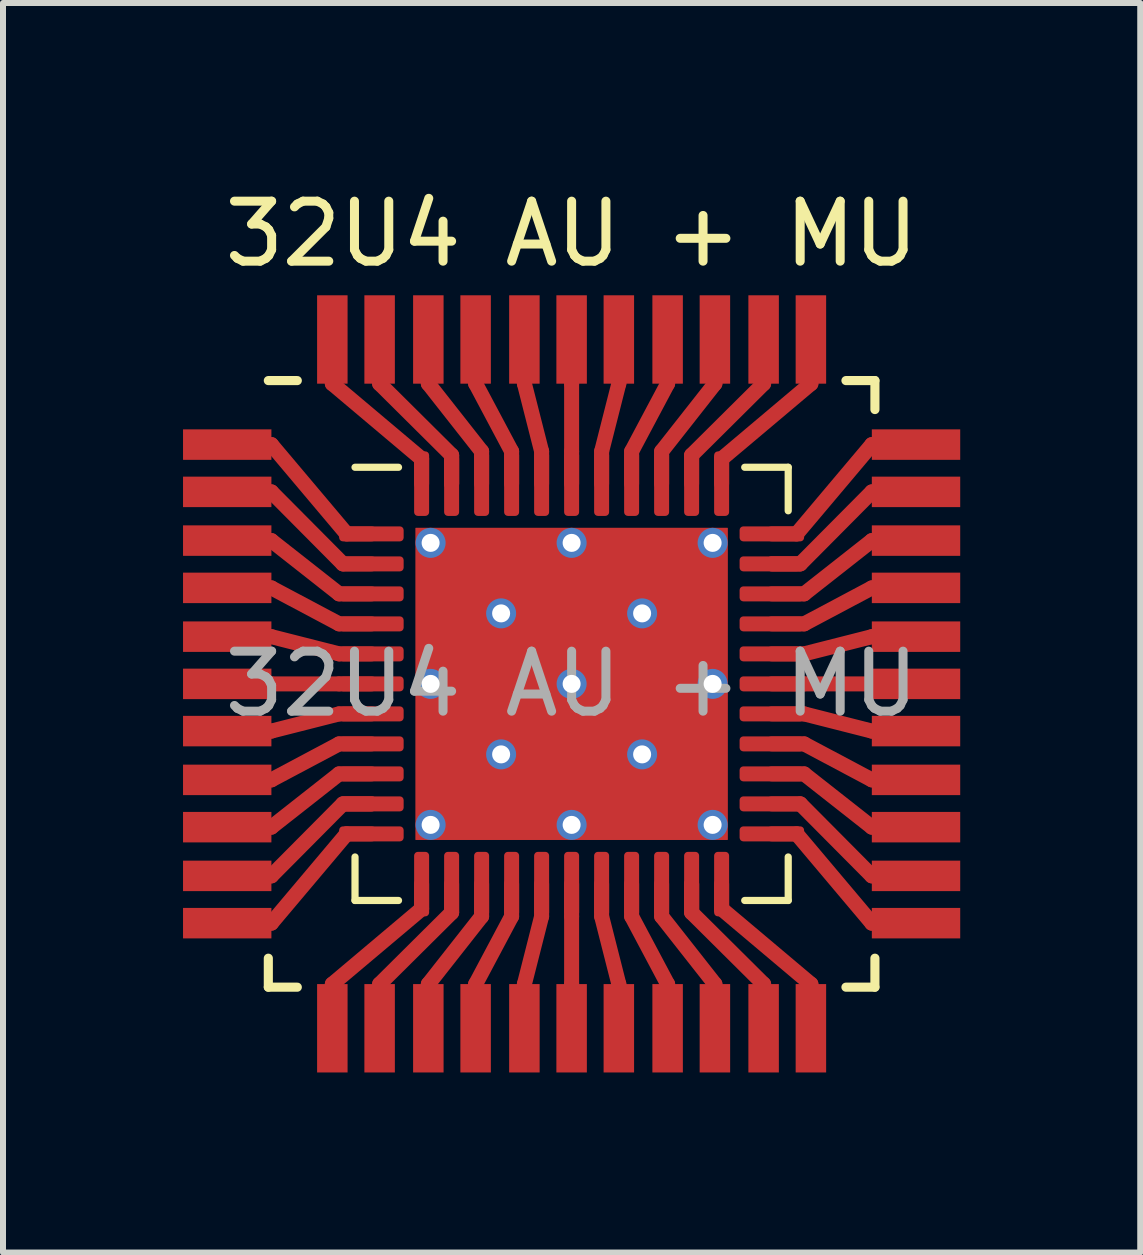
<source format=kicad_pcb>
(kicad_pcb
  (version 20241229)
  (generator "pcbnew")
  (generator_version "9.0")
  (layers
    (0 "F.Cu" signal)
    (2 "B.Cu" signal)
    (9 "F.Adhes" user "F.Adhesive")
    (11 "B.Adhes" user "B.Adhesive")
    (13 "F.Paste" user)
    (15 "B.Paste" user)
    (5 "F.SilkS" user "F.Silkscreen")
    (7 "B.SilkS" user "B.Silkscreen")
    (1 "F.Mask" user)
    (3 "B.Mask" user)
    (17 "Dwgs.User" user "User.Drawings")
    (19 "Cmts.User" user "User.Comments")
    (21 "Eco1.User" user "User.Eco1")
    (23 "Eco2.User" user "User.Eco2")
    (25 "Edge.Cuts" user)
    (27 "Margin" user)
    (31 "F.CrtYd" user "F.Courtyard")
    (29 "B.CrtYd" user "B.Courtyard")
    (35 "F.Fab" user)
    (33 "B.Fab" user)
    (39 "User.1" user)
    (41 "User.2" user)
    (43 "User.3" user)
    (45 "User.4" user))
  (footprint "32U4 AU + MU"
    (layer "F.Cu")
    (at 6.477 8.348)
    (property "Reference" "32U4 AU + MU" (at 0 -7.5 180) (layer "F.SilkS") (effects (font (size 1 1) (thickness 0.15))))
    (attr smd)
    (fp_line (start -5.004 -3.988) (end -5.74 -3.988) (stroke (width 0.25) (type solid)) (layer "F.Cu"))
    (fp_line (start -5.004 -3.2) (end -5.74 -3.2) (stroke (width 0.25) (type solid)) (layer "F.Cu"))
    (fp_line (start -5.004 -2.388) (end -5.74 -2.388) (stroke (width 0.25) (type solid)) (layer "F.Cu"))
    (fp_line (start -5.004 -1.6) (end -5.74 -1.6) (stroke (width 0.25) (type solid)) (layer "F.Cu"))
    (fp_line (start -5.004 -0.787) (end -5.74 -0.787) (stroke (width 0.25) (type solid)) (layer "F.Cu"))
    (fp_line (start -5.004 0) (end -5.74 0) (stroke (width 0.25) (type solid)) (layer "F.Cu"))
    (fp_line (start -5.004 0.787) (end -5.74 0.787) (stroke (width 0.25) (type solid)) (layer "F.Cu"))
    (fp_line (start -5.004 1.6) (end -5.74 1.6) (stroke (width 0.25) (type solid)) (layer "F.Cu"))
    (fp_line (start -5.004 2.388) (end -5.74 2.388) (stroke (width 0.25) (type solid)) (layer "F.Cu"))
    (fp_line (start -5.004 3.2) (end -5.74 3.2) (stroke (width 0.25) (type solid)) (layer "F.Cu"))
    (fp_line (start -5.004 3.988) (end -5.74 3.988) (stroke (width 0.25) (type solid)) (layer "F.Cu"))
    (fp_line (start -3.988 -5.004) (end -3.988 -5.74) (stroke (width 0.25) (type solid)) (layer "F.Cu"))
    (fp_line (start -3.988 5.004) (end -3.988 5.74) (stroke (width 0.25) (type solid)) (layer "F.Cu"))
    (fp_line (start -3.875 -1.5) (end -5.004 -2.388) (stroke (width 0.25) (type solid)) (layer "F.Cu"))
    (fp_line (start -3.875 -1) (end -5.004 -1.6) (stroke (width 0.25) (type solid)) (layer "F.Cu"))
    (fp_line (start -3.875 -0.5) (end -5.004 -0.787) (stroke (width 0.25) (type solid)) (layer "F.Cu"))
    (fp_line (start -3.875 0) (end -5.004 0) (stroke (width 0.25) (type solid)) (layer "F.Cu"))
    (fp_line (start -3.875 0.5) (end -5.004 0.787) (stroke (width 0.25) (type solid)) (layer "F.Cu"))
    (fp_line (start -3.875 1) (end -5.004 1.6) (stroke (width 0.25) (type solid)) (layer "F.Cu"))
    (fp_line (start -3.875 1.5) (end -5.004 2.388) (stroke (width 0.25) (type solid)) (layer "F.Cu"))
    (fp_line (start -3.812 -2) (end -5.004 -3.2) (stroke (width 0.25) (type solid)) (layer "F.Cu"))
    (fp_line (start -3.812 2) (end -5.004 3.2) (stroke (width 0.25) (type solid)) (layer "F.Cu"))
    (fp_line (start -3.75 -2.5) (end -5.004 -3.988) (stroke (width 0.25) (type solid)) (layer "F.Cu"))
    (fp_line (start -3.75 2.5) (end -5.004 3.988) (stroke (width 0.25) (type solid)) (layer "F.Cu"))
    (fp_line (start -3.337 -2.5) (end -3.75 -2.5) (stroke (width 0.25) (type solid)) (layer "F.Cu"))
    (fp_line (start -3.337 -2) (end -3.812 -2) (stroke (width 0.25) (type solid)) (layer "F.Cu"))
    (fp_line (start -3.337 -1.5) (end -3.875 -1.5) (stroke (width 0.25) (type solid)) (layer "F.Cu"))
    (fp_line (start -3.337 -1) (end -3.875 -1) (stroke (width 0.25) (type solid)) (layer "F.Cu"))
    (fp_line (start -3.337 -0.5) (end -3.875 -0.5) (stroke (width 0.25) (type solid)) (layer "F.Cu"))
    (fp_line (start -3.337 0) (end -3.875 0) (stroke (width 0.25) (type solid)) (layer "F.Cu"))
    (fp_line (start -3.337 0.5) (end -3.875 0.5) (stroke (width 0.25) (type solid)) (layer "F.Cu"))
    (fp_line (start -3.337 1) (end -3.875 1) (stroke (width 0.25) (type solid)) (layer "F.Cu"))
    (fp_line (start -3.337 1.5) (end -3.875 1.5) (stroke (width 0.25) (type solid)) (layer "F.Cu"))
    (fp_line (start -3.337 2) (end -3.812 2) (stroke (width 0.25) (type solid)) (layer "F.Cu"))
    (fp_line (start -3.337 2) (end -3.75 2) (stroke (width 0.25) (type solid)) (layer "F.Cu"))
    (fp_line (start -3.337 2.5) (end -3.75 2.5) (stroke (width 0.25) (type solid)) (layer "F.Cu"))
    (fp_line (start -3.2 -5.004) (end -3.2 -5.74) (stroke (width 0.25) (type solid)) (layer "F.Cu"))
    (fp_line (start -3.2 5.004) (end -3.2 5.74) (stroke (width 0.25) (type solid)) (layer "F.Cu"))
    (fp_line (start -2.5 -3.75) (end -3.988 -5.004) (stroke (width 0.25) (type solid)) (layer "F.Cu"))
    (fp_line (start -2.5 -3.337) (end -2.5 -3.75) (stroke (width 0.25) (type solid)) (layer "F.Cu"))
    (fp_line (start -2.5 3.337) (end -2.5 3.75) (stroke (width 0.25) (type solid)) (layer "F.Cu"))
    (fp_line (start -2.5 3.75) (end -3.988 5.004) (stroke (width 0.25) (type solid)) (layer "F.Cu"))
    (fp_line (start -2.388 -5.004) (end -2.388 -5.74) (stroke (width 0.25) (type solid)) (layer "F.Cu"))
    (fp_line (start -2.388 5.004) (end -2.388 5.74) (stroke (width 0.25) (type solid)) (layer "F.Cu"))
    (fp_line (start -2 -3.812) (end -3.2 -5.004) (stroke (width 0.25) (type solid)) (layer "F.Cu"))
    (fp_line (start -2 -3.337) (end -2 -3.812) (stroke (width 0.25) (type solid)) (layer "F.Cu"))
    (fp_line (start -2 -3.337) (end -2 -3.75) (stroke (width 0.25) (type solid)) (layer "F.Cu"))
    (fp_line (start -2 3.337) (end -2 3.812) (stroke (width 0.25) (type solid)) (layer "F.Cu"))
    (fp_line (start -2 3.812) (end -3.2 5.004) (stroke (width 0.25) (type solid)) (layer "F.Cu"))
    (fp_line (start -1.6 -5.004) (end -1.6 -5.74) (stroke (width 0.25) (type solid)) (layer "F.Cu"))
    (fp_line (start -1.6 5.004) (end -1.6 5.74) (stroke (width 0.25) (type solid)) (layer "F.Cu"))
    (fp_line (start -1.5 -3.875) (end -2.388 -5.004) (stroke (width 0.25) (type solid)) (layer "F.Cu"))
    (fp_line (start -1.5 -3.337) (end -1.5 -3.875) (stroke (width 0.25) (type solid)) (layer "F.Cu"))
    (fp_line (start -1.5 3.337) (end -1.5 3.875) (stroke (width 0.25) (type solid)) (layer "F.Cu"))
    (fp_line (start -1.5 3.875) (end -2.388 5.004) (stroke (width 0.25) (type solid)) (layer "F.Cu"))
    (fp_line (start -1 -3.875) (end -1.6 -5.004) (stroke (width 0.25) (type solid)) (layer "F.Cu"))
    (fp_line (start -1 -3.337) (end -1 -3.875) (stroke (width 0.25) (type solid)) (layer "F.Cu"))
    (fp_line (start -1 3.337) (end -1 3.875) (stroke (width 0.25) (type solid)) (layer "F.Cu"))
    (fp_line (start -1 3.875) (end -1.6 5.004) (stroke (width 0.25) (type solid)) (layer "F.Cu"))
    (fp_line (start -0.787 -5.004) (end -0.787 -5.74) (stroke (width 0.25) (type solid)) (layer "F.Cu"))
    (fp_line (start -0.787 5.004) (end -0.787 5.74) (stroke (width 0.25) (type solid)) (layer "F.Cu"))
    (fp_line (start -0.5 -3.875) (end -0.787 -5.004) (stroke (width 0.25) (type solid)) (layer "F.Cu"))
    (fp_line (start -0.5 -3.337) (end -0.5 -3.875) (stroke (width 0.25) (type solid)) (layer "F.Cu"))
    (fp_line (start -0.5 3.337) (end -0.5 3.875) (stroke (width 0.25) (type solid)) (layer "F.Cu"))
    (fp_line (start -0.5 3.875) (end -0.787 5.004) (stroke (width 0.25) (type solid)) (layer "F.Cu"))
    (fp_line (start 0 -5.004) (end 0 -5.74) (stroke (width 0.25) (type solid)) (layer "F.Cu"))
    (fp_line (start 0 -3.875) (end 0 -5.004) (stroke (width 0.25) (type solid)) (layer "F.Cu"))
    (fp_line (start 0 -3.337) (end 0 -3.875) (stroke (width 0.25) (type solid)) (layer "F.Cu"))
    (fp_line (start 0 3.337) (end 0 3.875) (stroke (width 0.25) (type solid)) (layer "F.Cu"))
    (fp_line (start 0 3.875) (end 0 5.004) (stroke (width 0.25) (type solid)) (layer "F.Cu"))
    (fp_line (start 0 5.004) (end 0 5.74) (stroke (width 0.25) (type solid)) (layer "F.Cu"))
    (fp_line (start 0.5 -3.875) (end 0.787 -5.004) (stroke (width 0.25) (type solid)) (layer "F.Cu"))
    (fp_line (start 0.5 -3.337) (end 0.5 -3.875) (stroke (width 0.25) (type solid)) (layer "F.Cu"))
    (fp_line (start 0.5 3.337) (end 0.5 3.875) (stroke (width 0.25) (type solid)) (layer "F.Cu"))
    (fp_line (start 0.5 3.875) (end 0.787 5.004) (stroke (width 0.25) (type solid)) (layer "F.Cu"))
    (fp_line (start 0.787 -5.004) (end 0.787 -5.74) (stroke (width 0.25) (type solid)) (layer "F.Cu"))
    (fp_line (start 0.787 5.004) (end 0.787 5.74) (stroke (width 0.25) (type solid)) (layer "F.Cu"))
    (fp_line (start 1 -3.875) (end 1.6 -5.004) (stroke (width 0.25) (type solid)) (layer "F.Cu"))
    (fp_line (start 1 -3.337) (end 1 -3.875) (stroke (width 0.25) (type solid)) (layer "F.Cu"))
    (fp_line (start 1 3.337) (end 1 3.875) (stroke (width 0.25) (type solid)) (layer "F.Cu"))
    (fp_line (start 1 3.875) (end 1.6 5.004) (stroke (width 0.25) (type solid)) (layer "F.Cu"))
    (fp_line (start 1.5 -3.875) (end 2.388 -5.004) (stroke (width 0.25) (type solid)) (layer "F.Cu"))
    (fp_line (start 1.5 -3.337) (end 1.5 -3.875) (stroke (width 0.25) (type solid)) (layer "F.Cu"))
    (fp_line (start 1.5 3.337) (end 1.5 3.875) (stroke (width 0.25) (type solid)) (layer "F.Cu"))
    (fp_line (start 1.5 3.875) (end 2.388 5.004) (stroke (width 0.25) (type solid)) (layer "F.Cu"))
    (fp_line (start 1.6 -5.004) (end 1.6 -5.74) (stroke (width 0.25) (type solid)) (layer "F.Cu"))
    (fp_line (start 1.6 5.004) (end 1.6 5.74) (stroke (width 0.25) (type solid)) (layer "F.Cu"))
    (fp_line (start 2 -3.812) (end 3.2 -5.004) (stroke (width 0.25) (type solid)) (layer "F.Cu"))
    (fp_line (start 2 -3.337) (end 2 -3.812) (stroke (width 0.25) (type solid)) (layer "F.Cu"))
    (fp_line (start 2 3.337) (end 2 3.75) (stroke (width 0.25) (type solid)) (layer "F.Cu"))
    (fp_line (start 2 3.337) (end 2 3.812) (stroke (width 0.25) (type solid)) (layer "F.Cu"))
    (fp_line (start 2 3.812) (end 3.2 5.004) (stroke (width 0.25) (type solid)) (layer "F.Cu"))
    (fp_line (start 2.388 -5.004) (end 2.388 -5.74) (stroke (width 0.25) (type solid)) (layer "F.Cu"))
    (fp_line (start 2.388 5.004) (end 2.388 5.74) (stroke (width 0.25) (type solid)) (layer "F.Cu"))
    (fp_line (start 2.5 -3.75) (end 3.988 -5.004) (stroke (width 0.25) (type solid)) (layer "F.Cu"))
    (fp_line (start 2.5 -3.337) (end 2.5 -3.75) (stroke (width 0.25) (type solid)) (layer "F.Cu"))
    (fp_line (start 2.5 3.337) (end 2.5 3.75) (stroke (width 0.25) (type solid)) (layer "F.Cu"))
    (fp_line (start 2.5 3.75) (end 3.988 5.004) (stroke (width 0.25) (type solid)) (layer "F.Cu"))
    (fp_line (start 3.2 -5.004) (end 3.2 -5.74) (stroke (width 0.25) (type solid)) (layer "F.Cu"))
    (fp_line (start 3.2 5.004) (end 3.2 5.74) (stroke (width 0.25) (type solid)) (layer "F.Cu"))
    (fp_line (start 3.337 -2.5) (end 3.75 -2.5) (stroke (width 0.25) (type solid)) (layer "F.Cu"))
    (fp_line (start 3.337 -2) (end 3.75 -2) (stroke (width 0.25) (type solid)) (layer "F.Cu"))
    (fp_line (start 3.337 -2) (end 3.812 -2) (stroke (width 0.25) (type solid)) (layer "F.Cu"))
    (fp_line (start 3.337 -1.5) (end 3.875 -1.5) (stroke (width 0.25) (type solid)) (layer "F.Cu"))
    (fp_line (start 3.337 -1) (end 3.875 -1) (stroke (width 0.25) (type solid)) (layer "F.Cu"))
    (fp_line (start 3.337 -0.5) (end 3.875 -0.5) (stroke (width 0.25) (type solid)) (layer "F.Cu"))
    (fp_line (start 3.337 0) (end 3.875 0) (stroke (width 0.25) (type solid)) (layer "F.Cu"))
    (fp_line (start 3.337 0.5) (end 3.875 0.5) (stroke (width 0.25) (type solid)) (layer "F.Cu"))
    (fp_line (start 3.337 1) (end 3.875 1) (stroke (width 0.25) (type solid)) (layer "F.Cu"))
    (fp_line (start 3.337 1.5) (end 3.875 1.5) (stroke (width 0.25) (type solid)) (layer "F.Cu"))
    (fp_line (start 3.337 2) (end 3.812 2) (stroke (width 0.25) (type solid)) (layer "F.Cu"))
    (fp_line (start 3.337 2.5) (end 3.75 2.5) (stroke (width 0.25) (type solid)) (layer "F.Cu"))
    (fp_line (start 3.75 -2.5) (end 5.004 -3.988) (stroke (width 0.25) (type solid)) (layer "F.Cu"))
    (fp_line (start 3.75 2.5) (end 5.004 3.988) (stroke (width 0.25) (type solid)) (layer "F.Cu"))
    (fp_line (start 3.812 -2) (end 5.004 -3.2) (stroke (width 0.25) (type solid)) (layer "F.Cu"))
    (fp_line (start 3.812 2) (end 5.004 3.2) (stroke (width 0.25) (type solid)) (layer "F.Cu"))
    (fp_line (start 3.875 -1.5) (end 5.004 -2.388) (stroke (width 0.25) (type solid)) (layer "F.Cu"))
    (fp_line (start 3.875 -1) (end 5.004 -1.6) (stroke (width 0.25) (type solid)) (layer "F.Cu"))
    (fp_line (start 3.875 -0.5) (end 5.004 -0.787) (stroke (width 0.25) (type solid)) (layer "F.Cu"))
    (fp_line (start 3.875 0) (end 5.004 0) (stroke (width 0.25) (type solid)) (layer "F.Cu"))
    (fp_line (start 3.875 0.5) (end 5.004 0.787) (stroke (width 0.25) (type solid)) (layer "F.Cu"))
    (fp_line (start 3.875 1) (end 5.004 1.6) (stroke (width 0.25) (type solid)) (layer "F.Cu"))
    (fp_line (start 3.875 1.5) (end 5.004 2.388) (stroke (width 0.25) (type solid)) (layer "F.Cu"))
    (fp_line (start 3.988 -5.004) (end 3.988 -5.74) (stroke (width 0.25) (type solid)) (layer "F.Cu"))
    (fp_line (start 3.988 5.004) (end 3.988 5.74) (stroke (width 0.25) (type solid)) (layer "F.Cu"))
    (fp_line (start 5.004 -3.988) (end 5.74 -3.988) (stroke (width 0.25) (type solid)) (layer "F.Cu"))
    (fp_line (start 5.004 -3.2) (end 5.74 -3.2) (stroke (width 0.25) (type solid)) (layer "F.Cu"))
    (fp_line (start 5.004 -2.388) (end 5.74 -2.388) (stroke (width 0.25) (type solid)) (layer "F.Cu"))
    (fp_line (start 5.004 -1.6) (end 5.74 -1.6) (stroke (width 0.25) (type solid)) (layer "F.Cu"))
    (fp_line (start 5.004 -0.787) (end 5.74 -0.787) (stroke (width 0.25) (type solid)) (layer "F.Cu"))
    (fp_line (start 5.004 0) (end 5.74 0) (stroke (width 0.25) (type solid)) (layer "F.Cu"))
    (fp_line (start 5.004 0.787) (end 5.74 0.787) (stroke (width 0.25) (type solid)) (layer "F.Cu"))
    (fp_line (start 5.004 1.6) (end 5.74 1.6) (stroke (width 0.25) (type solid)) (layer "F.Cu"))
    (fp_line (start 5.004 2.388) (end 5.74 2.388) (stroke (width 0.25) (type solid)) (layer "F.Cu"))
    (fp_line (start 5.004 3.2) (end 5.74 3.2) (stroke (width 0.25) (type solid)) (layer "F.Cu"))
    (fp_line (start 5.004 3.988) (end 5.74 3.988) (stroke (width 0.25) (type solid)) (layer "F.Cu"))
    (fp_line (start -5.055 4.572) (end -5.055 5.055) (stroke (width 0.152) (type solid)) (layer "F.SilkS"))
    (fp_line (start -5.055 5.055) (end -4.572 5.055) (stroke (width 0.152) (type solid)) (layer "F.SilkS"))
    (fp_line (start -4.572 -5.055) (end -5.055 -5.055) (stroke (width 0.152) (type solid)) (layer "F.SilkS"))
    (fp_line (start -3.61 3.61) (end -3.61 2.885) (stroke (width 0.12) (type solid)) (layer "F.SilkS"))
    (fp_line (start -2.885 -3.61) (end -3.61 -3.61) (stroke (width 0.12) (type solid)) (layer "F.SilkS"))
    (fp_line (start -2.885 3.61) (end -3.61 3.61) (stroke (width 0.12) (type solid)) (layer "F.SilkS"))
    (fp_line (start 2.885 -3.61) (end 3.61 -3.61) (stroke (width 0.12) (type solid)) (layer "F.SilkS"))
    (fp_line (start 2.885 3.61) (end 3.61 3.61) (stroke (width 0.12) (type solid)) (layer "F.SilkS"))
    (fp_line (start 3.61 -3.61) (end 3.61 -2.885) (stroke (width 0.12) (type solid)) (layer "F.SilkS"))
    (fp_line (start 3.61 3.61) (end 3.61 2.885) (stroke (width 0.12) (type solid)) (layer "F.SilkS"))
    (fp_line (start 4.572 5.055) (end 5.055 5.055) (stroke (width 0.152) (type solid)) (layer "F.SilkS"))
    (fp_line (start 5.055 -5.055) (end 4.572 -5.055) (stroke (width 0.152) (type solid)) (layer "F.SilkS"))
    (fp_line (start 5.055 -4.572) (end 5.055 -5.055) (stroke (width 0.152) (type solid)) (layer "F.SilkS"))
    (fp_line (start 5.055 5.055) (end 5.055 4.572) (stroke (width 0.152) (type solid)) (layer "F.SilkS"))
    (fp_text user "${REFERENCE}" (at 0 0 180) (layer "F.Fab") (effects (font (size 1 1) (thickness 0.15))))
    (pad "" smd roundrect (at -1.762 -1.762) (size 1.007 1.007) (layers "F.Paste") (roundrect_rratio 0.248))
    (pad "" smd roundrect (at -1.762 -0.588) (size 1.007 1.007) (layers "F.Paste") (roundrect_rratio 0.248))
    (pad "" smd roundrect (at -1.762 0.588) (size 1.007 1.007) (layers "F.Paste") (roundrect_rratio 0.248))
    (pad "" smd roundrect (at -1.762 1.762) (size 1.007 1.007) (layers "F.Paste") (roundrect_rratio 0.248))
    (pad "" smd roundrect (at -0.588 -1.762) (size 1.007 1.007) (layers "F.Paste") (roundrect_rratio 0.248))
    (pad "" smd roundrect (at -0.588 -0.588) (size 1.007 1.007) (layers "F.Paste") (roundrect_rratio 0.248))
    (pad "" smd roundrect (at -0.588 0.588) (size 1.007 1.007) (layers "F.Paste") (roundrect_rratio 0.248))
    (pad "" smd roundrect (at -0.588 1.762) (size 1.007 1.007) (layers "F.Paste") (roundrect_rratio 0.248))
    (pad "" smd roundrect (at 0.588 -1.762) (size 1.007 1.007) (layers "F.Paste") (roundrect_rratio 0.248))
    (pad "" smd roundrect (at 0.588 -0.588) (size 1.007 1.007) (layers "F.Paste") (roundrect_rratio 0.248))
    (pad "" smd roundrect (at 0.588 0.588) (size 1.007 1.007) (layers "F.Paste") (roundrect_rratio 0.248))
    (pad "" smd roundrect (at 0.588 1.762) (size 1.007 1.007) (layers "F.Paste") (roundrect_rratio 0.248))
    (pad "" smd roundrect (at 1.762 -1.762) (size 1.007 1.007) (layers "F.Paste") (roundrect_rratio 0.248))
    (pad "" smd roundrect (at 1.762 -0.588) (size 1.007 1.007) (layers "F.Paste") (roundrect_rratio 0.248))
    (pad "" smd roundrect (at 1.762 0.588) (size 1.007 1.007) (layers "F.Paste") (roundrect_rratio 0.248))
    (pad "" smd roundrect (at 1.762 1.762) (size 1.007 1.007) (layers "F.Paste") (roundrect_rratio 0.248))
    (pad "1" smd rect (at -5.74 -3.988 270) (size 0.508 1.473) (layers "F.Cu" "F.Mask" "F.Paste"))
    (pad "1" smd roundrect (at -3.337 -2.5) (size 1.075 0.25) (layers "F.Cu" "F.Mask" "F.Paste") (roundrect_rratio 0.25))
    (pad "2" smd rect (at -5.74 -3.2 270) (size 0.508 1.473) (layers "F.Cu" "F.Mask" "F.Paste"))
    (pad "2" smd roundrect (at -3.337 -2) (size 1.075 0.25) (layers "F.Cu" "F.Mask" "F.Paste") (roundrect_rratio 0.25))
    (pad "3" smd rect (at -5.74 -2.388 270) (size 0.508 1.473) (layers "F.Cu" "F.Mask" "F.Paste"))
    (pad "3" smd roundrect (at -3.337 -1.5) (size 1.075 0.25) (layers "F.Cu" "F.Mask" "F.Paste") (roundrect_rratio 0.25))
    (pad "4" smd rect (at -5.74 -1.6 270) (size 0.508 1.473) (layers "F.Cu" "F.Mask" "F.Paste"))
    (pad "4" smd roundrect (at -3.337 -1) (size 1.075 0.25) (layers "F.Cu" "F.Mask" "F.Paste") (roundrect_rratio 0.25))
    (pad "5" smd rect (at -5.74 -0.787 270) (size 0.508 1.473) (layers "F.Cu" "F.Mask" "F.Paste"))
    (pad "5" smd roundrect (at -3.337 -0.5) (size 1.075 0.25) (layers "F.Cu" "F.Mask" "F.Paste") (roundrect_rratio 0.25))
    (pad "6" smd rect (at -5.74 0 270) (size 0.508 1.473) (layers "F.Cu" "F.Mask" "F.Paste"))
    (pad "6" smd roundrect (at -3.337 0) (size 1.075 0.25) (layers "F.Cu" "F.Mask" "F.Paste") (roundrect_rratio 0.25))
    (pad "7" smd rect (at -5.74 0.787 270) (size 0.508 1.473) (layers "F.Cu" "F.Mask" "F.Paste"))
    (pad "7" smd roundrect (at -3.337 0.5) (size 1.075 0.25) (layers "F.Cu" "F.Mask" "F.Paste") (roundrect_rratio 0.25))
    (pad "8" smd rect (at -5.74 1.6 270) (size 0.508 1.473) (layers "F.Cu" "F.Mask" "F.Paste"))
    (pad "8" smd roundrect (at -3.337 1) (size 1.075 0.25) (layers "F.Cu" "F.Mask" "F.Paste") (roundrect_rratio 0.25))
    (pad "9" smd rect (at -5.74 2.388 270) (size 0.508 1.473) (layers "F.Cu" "F.Mask" "F.Paste"))
    (pad "9" smd roundrect (at -3.337 1.5) (size 1.075 0.25) (layers "F.Cu" "F.Mask" "F.Paste") (roundrect_rratio 0.25))
    (pad "10" smd rect (at -5.74 3.2 270) (size 0.508 1.473) (layers "F.Cu" "F.Mask" "F.Paste"))
    (pad "10" smd roundrect (at -3.337 2) (size 1.075 0.25) (layers "F.Cu" "F.Mask" "F.Paste") (roundrect_rratio 0.25))
    (pad "11" smd rect (at -5.74 3.988 270) (size 0.508 1.473) (layers "F.Cu" "F.Mask" "F.Paste"))
    (pad "11" smd roundrect (at -3.337 2.5) (size 1.075 0.25) (layers "F.Cu" "F.Mask" "F.Paste") (roundrect_rratio 0.25))
    (pad "12" smd rect (at -3.988 5.74 180) (size 0.508 1.473) (layers "F.Cu" "F.Mask" "F.Paste"))
    (pad "12" smd roundrect (at -2.5 3.337) (size 0.25 1.075) (layers "F.Cu" "F.Mask" "F.Paste") (roundrect_rratio 0.25))
    (pad "13" smd rect (at -3.2 5.74 180) (size 0.508 1.473) (layers "F.Cu" "F.Mask" "F.Paste"))
    (pad "13" smd roundrect (at -2 3.337) (size 0.25 1.075) (layers "F.Cu" "F.Mask" "F.Paste") (roundrect_rratio 0.25))
    (pad "14" smd rect (at -2.388 5.74 180) (size 0.508 1.473) (layers "F.Cu" "F.Mask" "F.Paste"))
    (pad "14" smd roundrect (at -1.5 3.337) (size 0.25 1.075) (layers "F.Cu" "F.Mask" "F.Paste") (roundrect_rratio 0.25))
    (pad "15" smd rect (at -1.6 5.74 180) (size 0.508 1.473) (layers "F.Cu" "F.Mask" "F.Paste"))
    (pad "15" smd roundrect (at -1 3.337) (size 0.25 1.075) (layers "F.Cu" "F.Mask" "F.Paste") (roundrect_rratio 0.25))
    (pad "16" smd rect (at -0.787 5.74 180) (size 0.508 1.473) (layers "F.Cu" "F.Mask" "F.Paste"))
    (pad "16" smd roundrect (at -0.5 3.337) (size 0.25 1.075) (layers "F.Cu" "F.Mask" "F.Paste") (roundrect_rratio 0.25))
    (pad "17" smd roundrect (at 0 3.337) (size 0.25 1.075) (layers "F.Cu" "F.Mask" "F.Paste") (roundrect_rratio 0.25))
    (pad "17" smd rect (at 0 5.74 180) (size 0.508 1.473) (layers "F.Cu" "F.Mask" "F.Paste"))
    (pad "18" smd roundrect (at 0.5 3.337) (size 0.25 1.075) (layers "F.Cu" "F.Mask" "F.Paste") (roundrect_rratio 0.25))
    (pad "18" smd rect (at 0.787 5.74 180) (size 0.508 1.473) (layers "F.Cu" "F.Mask" "F.Paste"))
    (pad "19" smd roundrect (at 1 3.337) (size 0.25 1.075) (layers "F.Cu" "F.Mask" "F.Paste") (roundrect_rratio 0.25))
    (pad "19" smd rect (at 1.6 5.74 180) (size 0.508 1.473) (layers "F.Cu" "F.Mask" "F.Paste"))
    (pad "20" smd roundrect (at 1.5 3.337) (size 0.25 1.075) (layers "F.Cu" "F.Mask" "F.Paste") (roundrect_rratio 0.25))
    (pad "20" smd rect (at 2.388 5.74 180) (size 0.508 1.473) (layers "F.Cu" "F.Mask" "F.Paste"))
    (pad "21" smd roundrect (at 2 3.337) (size 0.25 1.075) (layers "F.Cu" "F.Mask" "F.Paste") (roundrect_rratio 0.25))
    (pad "21" smd rect (at 3.2 5.74 180) (size 0.508 1.473) (layers "F.Cu" "F.Mask" "F.Paste"))
    (pad "22" smd roundrect (at 2.5 3.337) (size 0.25 1.075) (layers "F.Cu" "F.Mask" "F.Paste") (roundrect_rratio 0.25))
    (pad "22" smd rect (at 3.988 5.74 180) (size 0.508 1.473) (layers "F.Cu" "F.Mask" "F.Paste"))
    (pad "23" smd roundrect (at 3.337 2.5) (size 1.075 0.25) (layers "F.Cu" "F.Mask" "F.Paste") (roundrect_rratio 0.25))
    (pad "23" smd rect (at 5.74 3.988 270) (size 0.508 1.473) (layers "F.Cu" "F.Mask" "F.Paste"))
    (pad "24" smd roundrect (at 3.337 2) (size 1.075 0.25) (layers "F.Cu" "F.Mask" "F.Paste") (roundrect_rratio 0.25))
    (pad "24" smd rect (at 5.74 3.2 270) (size 0.508 1.473) (layers "F.Cu" "F.Mask" "F.Paste"))
    (pad "25" smd roundrect (at 3.337 1.5) (size 1.075 0.25) (layers "F.Cu" "F.Mask" "F.Paste") (roundrect_rratio 0.25))
    (pad "25" smd rect (at 5.74 2.388 270) (size 0.508 1.473) (layers "F.Cu" "F.Mask" "F.Paste"))
    (pad "26" smd roundrect (at 3.337 1) (size 1.075 0.25) (layers "F.Cu" "F.Mask" "F.Paste") (roundrect_rratio 0.25))
    (pad "26" smd rect (at 5.74 1.6 270) (size 0.508 1.473) (layers "F.Cu" "F.Mask" "F.Paste"))
    (pad "27" smd roundrect (at 3.337 0.5) (size 1.075 0.25) (layers "F.Cu" "F.Mask" "F.Paste") (roundrect_rratio 0.25))
    (pad "27" smd rect (at 5.74 0.787 270) (size 0.508 1.473) (layers "F.Cu" "F.Mask" "F.Paste"))
    (pad "28" smd roundrect (at 3.337 0) (size 1.075 0.25) (layers "F.Cu" "F.Mask" "F.Paste") (roundrect_rratio 0.25))
    (pad "28" smd rect (at 5.74 0 270) (size 0.508 1.473) (layers "F.Cu" "F.Mask" "F.Paste"))
    (pad "29" smd roundrect (at 3.337 -0.5) (size 1.075 0.25) (layers "F.Cu" "F.Mask" "F.Paste") (roundrect_rratio 0.25))
    (pad "29" smd rect (at 5.74 -0.787 270) (size 0.508 1.473) (layers "F.Cu" "F.Mask" "F.Paste"))
    (pad "30" smd roundrect (at 3.337 -1) (size 1.075 0.25) (layers "F.Cu" "F.Mask" "F.Paste") (roundrect_rratio 0.25))
    (pad "30" smd rect (at 5.74 -1.6 270) (size 0.508 1.473) (layers "F.Cu" "F.Mask" "F.Paste"))
    (pad "31" smd roundrect (at 3.337 -1.5) (size 1.075 0.25) (layers "F.Cu" "F.Mask" "F.Paste") (roundrect_rratio 0.25))
    (pad "31" smd rect (at 5.74 -2.388 270) (size 0.508 1.473) (layers "F.Cu" "F.Mask" "F.Paste"))
    (pad "32" smd roundrect (at 3.337 -2) (size 1.075 0.25) (layers "F.Cu" "F.Mask" "F.Paste") (roundrect_rratio 0.25))
    (pad "32" smd rect (at 5.74 -3.2 270) (size 0.508 1.473) (layers "F.Cu" "F.Mask" "F.Paste"))
    (pad "33" smd roundrect (at 3.337 -2.5) (size 1.075 0.25) (layers "F.Cu" "F.Mask" "F.Paste") (roundrect_rratio 0.25))
    (pad "33" smd rect (at 5.74 -3.988 270) (size 0.508 1.473) (layers "F.Cu" "F.Mask" "F.Paste"))
    (pad "34" smd roundrect (at 2.5 -3.337) (size 0.25 1.075) (layers "F.Cu" "F.Mask" "F.Paste") (roundrect_rratio 0.25))
    (pad "34" smd rect (at 3.988 -5.74 180) (size 0.508 1.473) (layers "F.Cu" "F.Mask" "F.Paste"))
    (pad "35" smd roundrect (at 2 -3.337) (size 0.25 1.075) (layers "F.Cu" "F.Mask" "F.Paste") (roundrect_rratio 0.25))
    (pad "35" smd rect (at 3.2 -5.74 180) (size 0.508 1.473) (layers "F.Cu" "F.Mask" "F.Paste"))
    (pad "36" smd roundrect (at 1.5 -3.337) (size 0.25 1.075) (layers "F.Cu" "F.Mask" "F.Paste") (roundrect_rratio 0.25))
    (pad "36" smd rect (at 2.388 -5.74 180) (size 0.508 1.473) (layers "F.Cu" "F.Mask" "F.Paste"))
    (pad "37" smd roundrect (at 1 -3.337) (size 0.25 1.075) (layers "F.Cu" "F.Mask" "F.Paste") (roundrect_rratio 0.25))
    (pad "37" smd rect (at 1.6 -5.74 180) (size 0.508 1.473) (layers "F.Cu" "F.Mask" "F.Paste"))
    (pad "38" smd roundrect (at 0.5 -3.337) (size 0.25 1.075) (layers "F.Cu" "F.Mask" "F.Paste") (roundrect_rratio 0.25))
    (pad "38" smd rect (at 0.787 -5.74 180) (size 0.508 1.473) (layers "F.Cu" "F.Mask" "F.Paste"))
    (pad "39" smd rect (at 0 -5.74 180) (size 0.508 1.473) (layers "F.Cu" "F.Mask" "F.Paste"))
    (pad "39" smd roundrect (at 0 -3.337) (size 0.25 1.075) (layers "F.Cu" "F.Mask" "F.Paste") (roundrect_rratio 0.25))
    (pad "40" smd rect (at -0.787 -5.74 180) (size 0.508 1.473) (layers "F.Cu" "F.Mask" "F.Paste"))
    (pad "40" smd roundrect (at -0.5 -3.337) (size 0.25 1.075) (layers "F.Cu" "F.Mask" "F.Paste") (roundrect_rratio 0.25))
    (pad "41" smd rect (at -1.6 -5.74 180) (size 0.508 1.473) (layers "F.Cu" "F.Mask" "F.Paste"))
    (pad "41" smd roundrect (at -1 -3.337) (size 0.25 1.075) (layers "F.Cu" "F.Mask" "F.Paste") (roundrect_rratio 0.25))
    (pad "42" smd rect (at -2.388 -5.74 180) (size 0.508 1.473) (layers "F.Cu" "F.Mask" "F.Paste"))
    (pad "42" smd roundrect (at -1.5 -3.337) (size 0.25 1.075) (layers "F.Cu" "F.Mask" "F.Paste") (roundrect_rratio 0.25))
    (pad "43" smd rect (at -3.2 -5.74 180) (size 0.508 1.473) (layers "F.Cu" "F.Mask" "F.Paste"))
    (pad "43" smd roundrect (at -2 -3.337) (size 0.25 1.075) (layers "F.Cu" "F.Mask" "F.Paste") (roundrect_rratio 0.25))
    (pad "44" smd rect (at -3.988 -5.74 180) (size 0.508 1.473) (layers "F.Cu" "F.Mask" "F.Paste"))
    (pad "44" smd roundrect (at -2.5 -3.337) (size 0.25 1.075) (layers "F.Cu" "F.Mask" "F.Paste") (roundrect_rratio 0.25))
    (pad "45" thru_hole circle (at -2.35 -2.35) (size 0.5 0.5) (drill 0.3) (layers "*.Cu"))
    (pad "45" thru_hole circle (at -2.35 0) (size 0.5 0.5) (drill 0.3) (layers "*.Cu"))
    (pad "45" thru_hole circle (at -2.35 2.35) (size 0.5 0.5) (drill 0.3) (layers "*.Cu"))
    (pad "45" thru_hole circle (at -1.175 -1.175) (size 0.5 0.5) (drill 0.3) (layers "*.Cu"))
    (pad "45" thru_hole circle (at -1.175 1.175) (size 0.5 0.5) (drill 0.3) (layers "*.Cu"))
    (pad "45" thru_hole circle (at 0 -2.35) (size 0.5 0.5) (drill 0.3) (layers "*.Cu"))
    (pad "45" thru_hole circle (at 0 0) (size 0.5 0.5) (drill 0.3) (layers "*.Cu"))
    (pad "45" smd rect (at 0 0) (size 5.2 5.2) (layers "F.Cu"))
    (pad "45" smd rect (at 0 0) (size 5.2 5.2) (layers "F.Cu" "F.Mask"))
    (pad "45" thru_hole circle (at 0 2.35) (size 0.5 0.5) (drill 0.3) (layers "*.Cu"))
    (pad "45" thru_hole circle (at 1.175 -1.175) (size 0.5 0.5) (drill 0.3) (layers "*.Cu"))
    (pad "45" thru_hole circle (at 1.175 1.175) (size 0.5 0.5) (drill 0.3) (layers "*.Cu"))
    (pad "45" thru_hole circle (at 2.35 -2.35) (size 0.5 0.5) (drill 0.3) (layers "*.Cu"))
    (pad "45" thru_hole circle (at 2.35 0) (size 0.5 0.5) (drill 0.3) (layers "*.Cu"))
    (pad "45" thru_hole circle (at 2.35 2.35) (size 0.5 0.5) (drill 0.3) (layers "*.Cu")))
  (gr_rect
    (start -3 -3)
    (end 15.954 17.825)
    (stroke (width 0.1) (type default))
    (fill no)
    (layer "Edge.Cuts")))
</source>
